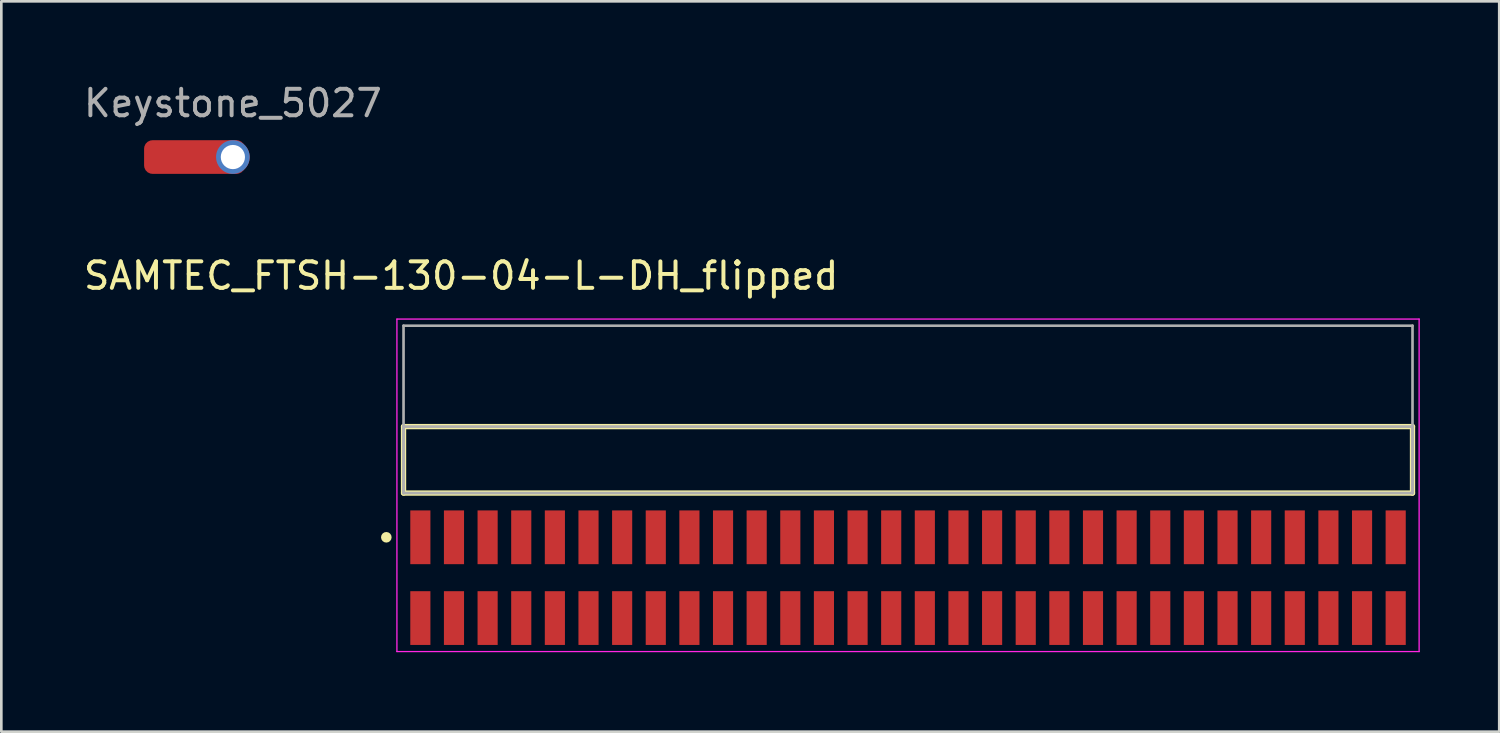
<source format=kicad_pcb>
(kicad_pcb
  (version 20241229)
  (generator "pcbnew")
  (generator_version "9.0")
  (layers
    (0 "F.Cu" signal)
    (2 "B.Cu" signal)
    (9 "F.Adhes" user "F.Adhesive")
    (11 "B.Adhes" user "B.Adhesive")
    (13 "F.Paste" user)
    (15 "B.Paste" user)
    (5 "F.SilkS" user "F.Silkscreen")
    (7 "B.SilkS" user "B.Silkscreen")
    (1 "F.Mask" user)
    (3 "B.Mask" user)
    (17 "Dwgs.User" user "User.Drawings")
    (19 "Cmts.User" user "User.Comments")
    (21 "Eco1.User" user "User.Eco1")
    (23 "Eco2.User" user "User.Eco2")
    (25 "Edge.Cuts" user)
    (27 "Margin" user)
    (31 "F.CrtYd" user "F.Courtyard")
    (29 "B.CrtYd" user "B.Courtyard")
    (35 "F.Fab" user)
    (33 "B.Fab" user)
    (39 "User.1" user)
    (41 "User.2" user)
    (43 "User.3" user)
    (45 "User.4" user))
  (footprint "Keystone_5027"
    (layer "F.Cu")
    (at 5.744 2.88)
    (property "Reference" "Keystone_5027" (at 0 -2.032 0) (layer "F.Fab") (effects (font (size 1 1) (thickness 0.15))))
    (attr smd)
    (pad "1" thru_hole circle (at 0 0) (size 1.27 1.27) (drill 0.914) (layers "*.Cu" "*.Mask"))
    (pad "1" smd roundrect (at 0 0) (size 3.81 1.27) (drill (offset -1.448 0)) (layers "F.Cu" "F.Mask" "F.Paste") (roundrect_rratio 0.25)))
  (footprint "SAMTEC_FTSH-130-04-L-DH_flipped"
    (layer "F.Cu")
    (at 31.238 18.764)
    (property "Reference" "SAMTEC_FTSH-130-04-L-DH_flipped" (at -16.875 -11.4 0) (layer "F.SilkS") (effects (font (size 1 1) (thickness 0.15))))
    (attr through_hole)
    (fp_line (start -19.05 -3.195) (end -19.05 -5.705) (stroke (width 0.2) (type solid)) (layer "F.SilkS"))
    (fp_line (start 19.05 -5.705) (end -19.05 -5.705) (stroke (width 0.2) (type solid)) (layer "F.SilkS"))
    (fp_line (start 19.05 -5.705) (end 19.05 -3.195) (stroke (width 0.2) (type solid)) (layer "F.SilkS"))
    (fp_line (start 19.05 -3.195) (end -19.05 -3.195) (stroke (width 0.2) (type solid)) (layer "F.SilkS"))
    (fp_circle (center -19.7 -1.525) (end -19.6 -1.525) (stroke (width 0.2) (type solid)) (fill no) (layer "F.SilkS"))
    (fp_line (start -19.3 -9.765) (end 19.3 -9.765) (stroke (width 0.05) (type solid)) (layer "F.CrtYd"))
    (fp_line (start -19.3 2.79) (end -19.3 -9.765) (stroke (width 0.05) (type solid)) (layer "F.CrtYd"))
    (fp_line (start 19.3 -9.765) (end 19.3 2.79) (stroke (width 0.05) (type solid)) (layer "F.CrtYd"))
    (fp_line (start 19.3 2.79) (end -19.3 2.79) (stroke (width 0.05) (type solid)) (layer "F.CrtYd"))
    (fp_line (start -19.05 -9.515) (end 19.05 -9.515) (stroke (width 0.1) (type solid)) (layer "F.Fab"))
    (fp_line (start -19.05 -5.705) (end 19.05 -5.705) (stroke (width 0.1) (type solid)) (layer "F.Fab"))
    (fp_line (start -19.05 -3.195) (end -19.05 -9.515) (stroke (width 0.1) (type solid)) (layer "F.Fab"))
    (fp_line (start -19.05 -3.195) (end -19.05 -5.705) (stroke (width 0.1) (type solid)) (layer "F.Fab"))
    (fp_line (start 19.05 -9.515) (end 19.05 -3.195) (stroke (width 0.1) (type solid)) (layer "F.Fab"))
    (fp_line (start 19.05 -5.705) (end 19.05 -3.195) (stroke (width 0.1) (type solid)) (layer "F.Fab"))
    (fp_line (start 19.05 -3.195) (end -19.05 -3.195) (stroke (width 0.1) (type solid)) (layer "F.Fab"))
    (pad "1" smd rect (at -18.415 -1.525 180) (size 0.76 2.03) (layers "F.Cu" "F.Mask" "F.Paste"))
    (pad "2" smd rect (at -18.415 1.525 180) (size 0.76 2.03) (layers "F.Cu" "F.Mask" "F.Paste"))
    (pad "3" smd rect (at -17.145 -1.525 180) (size 0.76 2.03) (layers "F.Cu" "F.Mask" "F.Paste"))
    (pad "4" smd rect (at -17.145 1.525 180) (size 0.76 2.03) (layers "F.Cu" "F.Mask" "F.Paste"))
    (pad "5" smd rect (at -15.875 -1.525 180) (size 0.76 2.03) (layers "F.Cu" "F.Mask" "F.Paste"))
    (pad "6" smd rect (at -15.875 1.525 180) (size 0.76 2.03) (layers "F.Cu" "F.Mask" "F.Paste"))
    (pad "7" smd rect (at -14.605 -1.525 180) (size 0.76 2.03) (layers "F.Cu" "F.Mask" "F.Paste"))
    (pad "8" smd rect (at -14.605 1.525 180) (size 0.76 2.03) (layers "F.Cu" "F.Mask" "F.Paste"))
    (pad "9" smd rect (at -13.335 -1.525 180) (size 0.76 2.03) (layers "F.Cu" "F.Mask" "F.Paste"))
    (pad "10" smd rect (at -13.335 1.525 180) (size 0.76 2.03) (layers "F.Cu" "F.Mask" "F.Paste"))
    (pad "11" smd rect (at -12.065 -1.525 180) (size 0.76 2.03) (layers "F.Cu" "F.Mask" "F.Paste"))
    (pad "12" smd rect (at -12.065 1.525 180) (size 0.76 2.03) (layers "F.Cu" "F.Mask" "F.Paste"))
    (pad "13" smd rect (at -10.795 -1.525 180) (size 0.76 2.03) (layers "F.Cu" "F.Mask" "F.Paste"))
    (pad "14" smd rect (at -10.795 1.525 180) (size 0.76 2.03) (layers "F.Cu" "F.Mask" "F.Paste"))
    (pad "15" smd rect (at -9.525 -1.525 180) (size 0.76 2.03) (layers "F.Cu" "F.Mask" "F.Paste"))
    (pad "16" smd rect (at -9.525 1.525 180) (size 0.76 2.03) (layers "F.Cu" "F.Mask" "F.Paste"))
    (pad "17" smd rect (at -8.255 -1.525 180) (size 0.76 2.03) (layers "F.Cu" "F.Mask" "F.Paste"))
    (pad "18" smd rect (at -8.255 1.525 180) (size 0.76 2.03) (layers "F.Cu" "F.Mask" "F.Paste"))
    (pad "19" smd rect (at -6.985 -1.525 180) (size 0.76 2.03) (layers "F.Cu" "F.Mask" "F.Paste"))
    (pad "20" smd rect (at -6.985 1.525 180) (size 0.76 2.03) (layers "F.Cu" "F.Mask" "F.Paste"))
    (pad "21" smd rect (at -5.715 -1.525 180) (size 0.76 2.03) (layers "F.Cu" "F.Mask" "F.Paste"))
    (pad "22" smd rect (at -5.715 1.525 180) (size 0.76 2.03) (layers "F.Cu" "F.Mask" "F.Paste"))
    (pad "23" smd rect (at -4.445 -1.525 180) (size 0.76 2.03) (layers "F.Cu" "F.Mask" "F.Paste"))
    (pad "24" smd rect (at -4.445 1.525 180) (size 0.76 2.03) (layers "F.Cu" "F.Mask" "F.Paste"))
    (pad "25" smd rect (at -3.175 -1.525 180) (size 0.76 2.03) (layers "F.Cu" "F.Mask" "F.Paste"))
    (pad "26" smd rect (at -3.175 1.525 180) (size 0.76 2.03) (layers "F.Cu" "F.Mask" "F.Paste"))
    (pad "27" smd rect (at -1.905 -1.525 180) (size 0.76 2.03) (layers "F.Cu" "F.Mask" "F.Paste"))
    (pad "28" smd rect (at -1.905 1.525 180) (size 0.76 2.03) (layers "F.Cu" "F.Mask" "F.Paste"))
    (pad "29" smd rect (at -0.635 -1.525 180) (size 0.76 2.03) (layers "F.Cu" "F.Mask" "F.Paste"))
    (pad "30" smd rect (at -0.635 1.525 180) (size 0.76 2.03) (layers "F.Cu" "F.Mask" "F.Paste"))
    (pad "31" smd rect (at 0.635 -1.525 180) (size 0.76 2.03) (layers "F.Cu" "F.Mask" "F.Paste"))
    (pad "32" smd rect (at 0.635 1.525 180) (size 0.76 2.03) (layers "F.Cu" "F.Mask" "F.Paste"))
    (pad "33" smd rect (at 1.905 -1.525 180) (size 0.76 2.03) (layers "F.Cu" "F.Mask" "F.Paste"))
    (pad "34" smd rect (at 1.905 1.525 180) (size 0.76 2.03) (layers "F.Cu" "F.Mask" "F.Paste"))
    (pad "35" smd rect (at 3.175 -1.525 180) (size 0.76 2.03) (layers "F.Cu" "F.Mask" "F.Paste"))
    (pad "36" smd rect (at 3.175 1.525 180) (size 0.76 2.03) (layers "F.Cu" "F.Mask" "F.Paste"))
    (pad "37" smd rect (at 4.445 -1.525 180) (size 0.76 2.03) (layers "F.Cu" "F.Mask" "F.Paste"))
    (pad "38" smd rect (at 4.445 1.525 180) (size 0.76 2.03) (layers "F.Cu" "F.Mask" "F.Paste"))
    (pad "39" smd rect (at 5.715 -1.525 180) (size 0.76 2.03) (layers "F.Cu" "F.Mask" "F.Paste"))
    (pad "40" smd rect (at 5.715 1.525 180) (size 0.76 2.03) (layers "F.Cu" "F.Mask" "F.Paste"))
    (pad "41" smd rect (at 6.985 -1.525 180) (size 0.76 2.03) (layers "F.Cu" "F.Mask" "F.Paste"))
    (pad "42" smd rect (at 6.985 1.525 180) (size 0.76 2.03) (layers "F.Cu" "F.Mask" "F.Paste"))
    (pad "43" smd rect (at 8.255 -1.525 180) (size 0.76 2.03) (layers "F.Cu" "F.Mask" "F.Paste"))
    (pad "44" smd rect (at 8.255 1.525 180) (size 0.76 2.03) (layers "F.Cu" "F.Mask" "F.Paste"))
    (pad "45" smd rect (at 9.525 -1.525 180) (size 0.76 2.03) (layers "F.Cu" "F.Mask" "F.Paste"))
    (pad "46" smd rect (at 9.525 1.525 180) (size 0.76 2.03) (layers "F.Cu" "F.Mask" "F.Paste"))
    (pad "47" smd rect (at 10.795 -1.525 180) (size 0.76 2.03) (layers "F.Cu" "F.Mask" "F.Paste"))
    (pad "48" smd rect (at 10.795 1.525 180) (size 0.76 2.03) (layers "F.Cu" "F.Mask" "F.Paste"))
    (pad "49" smd rect (at 12.065 -1.525 180) (size 0.76 2.03) (layers "F.Cu" "F.Mask" "F.Paste"))
    (pad "50" smd rect (at 12.065 1.525 180) (size 0.76 2.03) (layers "F.Cu" "F.Mask" "F.Paste"))
    (pad "51" smd rect (at 13.335 -1.525 180) (size 0.76 2.03) (layers "F.Cu" "F.Mask" "F.Paste"))
    (pad "52" smd rect (at 13.335 1.525 180) (size 0.76 2.03) (layers "F.Cu" "F.Mask" "F.Paste"))
    (pad "53" smd rect (at 14.605 -1.525 180) (size 0.76 2.03) (layers "F.Cu" "F.Mask" "F.Paste"))
    (pad "54" smd rect (at 14.605 1.525 180) (size 0.76 2.03) (layers "F.Cu" "F.Mask" "F.Paste"))
    (pad "55" smd rect (at 15.875 -1.525 180) (size 0.76 2.03) (layers "F.Cu" "F.Mask" "F.Paste"))
    (pad "56" smd rect (at 15.875 1.525 180) (size 0.76 2.03) (layers "F.Cu" "F.Mask" "F.Paste"))
    (pad "57" smd rect (at 17.145 -1.525 180) (size 0.76 2.03) (layers "F.Cu" "F.Mask" "F.Paste"))
    (pad "58" smd rect (at 17.145 1.525 180) (size 0.76 2.03) (layers "F.Cu" "F.Mask" "F.Paste"))
    (pad "59" smd rect (at 18.415 -1.525 180) (size 0.76 2.03) (layers "F.Cu" "F.Mask" "F.Paste"))
    (pad "60" smd rect (at 18.415 1.525 180) (size 0.76 2.03) (layers "F.Cu" "F.Mask" "F.Paste")))
  (gr_rect
    (start -3 -3)
    (end 53.563 24.578)
    (stroke (width 0.1) (type default))
    (fill no)
    (layer "Edge.Cuts")))
</source>
